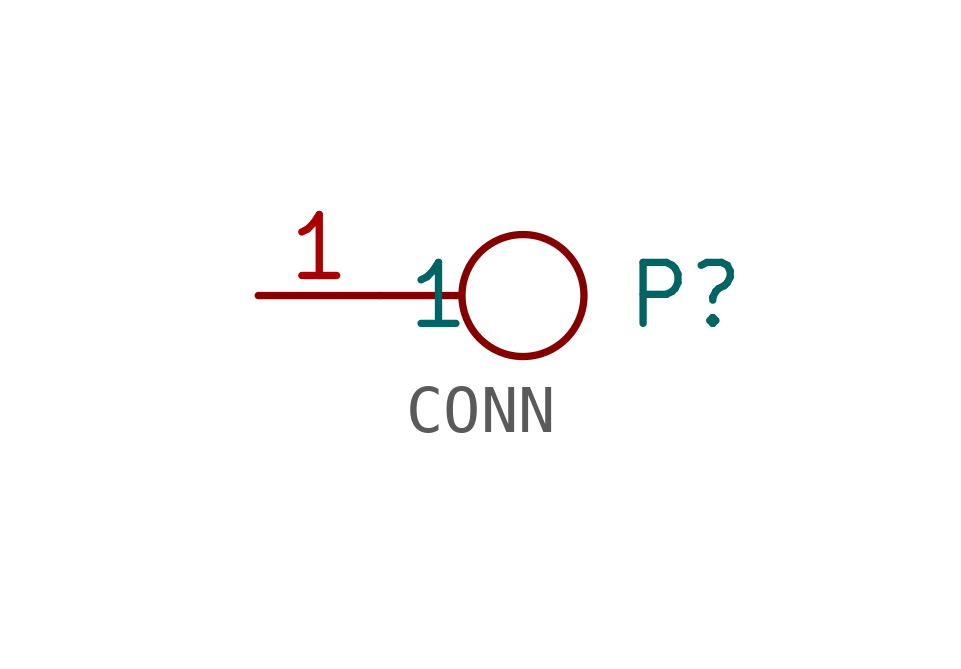
<source format=kicad_sym>
(kicad_symbol_lib
  (version 20220914)
  (generator kicad_symbol_editor)
  (symbol "CONN"
    (property "Reference" "P"
      (at 0 0 0)
      (effects (font (size 1.27 1.27))))
    (property "Value" ""
      (at 0 0 0)
      (effects (font (size 1.27 1.27))))
    (symbol "CONN_1_1"
      (rectangle (start -6.35 0) (end -4.724 0) (stroke (width 0) (type default)) (fill (type none)))
      (circle (center -3.378 0) (radius 1.27) (stroke (width 0) (type default)) (fill (type none)))
      (pin passive line (at -8.89 0 0) (length 2.54) (name "1" (effects (font (size 1.27 1.27)))) (number "1" (effects (font (size 1.27 1.27))))))))
</source>
